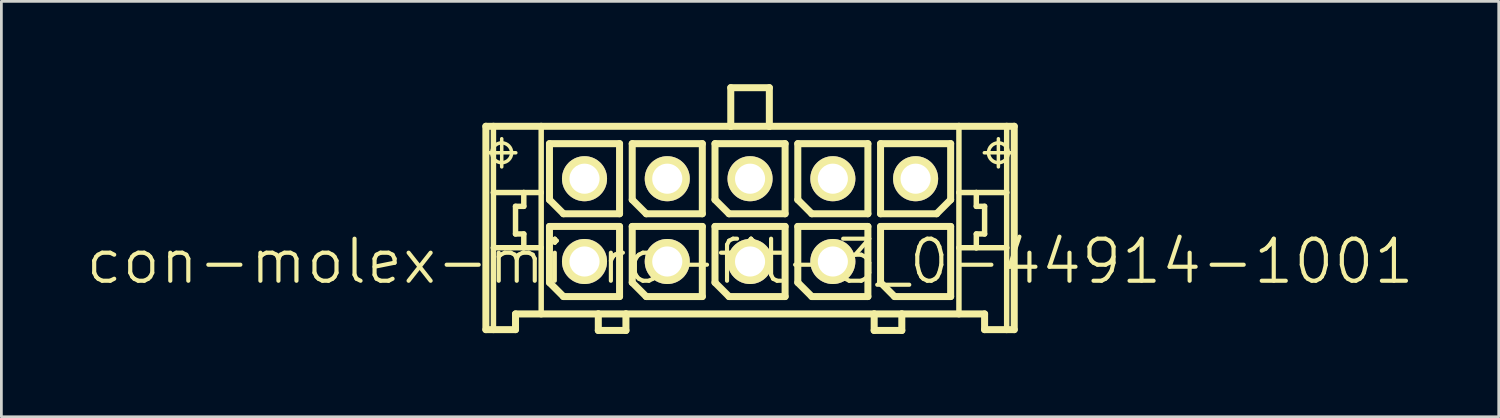
<source format=kicad_pcb>
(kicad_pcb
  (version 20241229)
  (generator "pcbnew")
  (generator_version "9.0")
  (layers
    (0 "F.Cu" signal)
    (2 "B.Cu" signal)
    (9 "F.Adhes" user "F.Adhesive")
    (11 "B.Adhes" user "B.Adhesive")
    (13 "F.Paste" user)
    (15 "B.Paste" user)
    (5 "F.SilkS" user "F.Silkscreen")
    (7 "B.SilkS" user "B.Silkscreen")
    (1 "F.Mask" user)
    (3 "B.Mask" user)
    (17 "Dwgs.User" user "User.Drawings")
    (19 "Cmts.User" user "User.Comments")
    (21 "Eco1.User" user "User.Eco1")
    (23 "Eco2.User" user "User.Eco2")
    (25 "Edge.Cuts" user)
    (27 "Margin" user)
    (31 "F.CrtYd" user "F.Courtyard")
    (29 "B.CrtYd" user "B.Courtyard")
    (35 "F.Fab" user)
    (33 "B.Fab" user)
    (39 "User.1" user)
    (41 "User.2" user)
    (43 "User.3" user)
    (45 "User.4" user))
  (footprint "con-molex-micro-fit-3_0-44914-1001"
    (layer "F.Cu")
    (at 24.13 6.426)
    (property "Reference" "con-molex-micro-fit-3_0-44914-1001" (at 0 0 0) (layer "F.SilkS") (effects (font (size 1.524 1.524) (thickness 0.15))))
    (attr exclude_from_pos_files exclude_from_bom)
    (fp_line (start -9.573 -4.9) (end -9.299 -4.9) (stroke (width 0.254) (type solid)) (layer "F.SilkS"))
    (fp_line (start -9.573 2.469) (end -9.573 -4.9) (stroke (width 0.254) (type solid)) (layer "F.SilkS"))
    (fp_line (start -9.51 -3.94) (end -8.489 -3.94) (stroke (width 0.127) (type solid)) (layer "F.SilkS"))
    (fp_line (start -9.299 -4.9) (end -7.569 -4.9) (stroke (width 0.254) (type solid)) (layer "F.SilkS"))
    (fp_line (start -9.299 -2.499) (end -9.299 -4.9) (stroke (width 0.198) (type solid)) (layer "F.SilkS"))
    (fp_line (start -9.299 -0.498) (end -9.299 -2.499) (stroke (width 0.198) (type solid)) (layer "F.SilkS"))
    (fp_line (start -9.299 2.469) (end -9.573 2.469) (stroke (width 0.254) (type solid)) (layer "F.SilkS"))
    (fp_line (start -9.299 2.469) (end -9.299 -0.498) (stroke (width 0.198) (type solid)) (layer "F.SilkS"))
    (fp_line (start -8.999 -3.429) (end -8.999 -4.448) (stroke (width 0.127) (type solid)) (layer "F.SilkS"))
    (fp_line (start -8.499 -1.999) (end -8.499 -0.998) (stroke (width 0.198) (type solid)) (layer "F.SilkS"))
    (fp_line (start -8.499 -0.998) (end -8.199 -0.998) (stroke (width 0.198) (type solid)) (layer "F.SilkS"))
    (fp_line (start -8.499 1.9) (end -8.499 2.469) (stroke (width 0.254) (type solid)) (layer "F.SilkS"))
    (fp_line (start -8.499 2.469) (end -9.299 2.469) (stroke (width 0.254) (type solid)) (layer "F.SilkS"))
    (fp_line (start -8.199 -2.499) (end -9.299 -2.499) (stroke (width 0.198) (type solid)) (layer "F.SilkS"))
    (fp_line (start -8.199 -2.499) (end -8.199 -1.999) (stroke (width 0.198) (type solid)) (layer "F.SilkS"))
    (fp_line (start -8.199 -1.999) (end -8.499 -1.999) (stroke (width 0.198) (type solid)) (layer "F.SilkS"))
    (fp_line (start -8.199 -0.998) (end -8.199 -0.498) (stroke (width 0.198) (type solid)) (layer "F.SilkS"))
    (fp_line (start -8.199 -0.498) (end -9.299 -0.498) (stroke (width 0.198) (type solid)) (layer "F.SilkS"))
    (fp_line (start -7.569 -4.9) (end -0.699 -4.9) (stroke (width 0.254) (type solid)) (layer "F.SilkS"))
    (fp_line (start -7.569 -2.499) (end -8.199 -2.499) (stroke (width 0.198) (type solid)) (layer "F.SilkS"))
    (fp_line (start -7.569 -2.499) (end -7.569 -4.9) (stroke (width 0.198) (type solid)) (layer "F.SilkS"))
    (fp_line (start -7.569 -0.498) (end -8.199 -0.498) (stroke (width 0.198) (type solid)) (layer "F.SilkS"))
    (fp_line (start -7.569 -0.498) (end -7.569 -2.499) (stroke (width 0.198) (type solid)) (layer "F.SilkS"))
    (fp_line (start -7.569 1.9) (end -8.499 1.9) (stroke (width 0.254) (type solid)) (layer "F.SilkS"))
    (fp_line (start -7.569 1.9) (end -7.569 -0.498) (stroke (width 0.198) (type solid)) (layer "F.SilkS"))
    (fp_line (start -7.269 -4.27) (end -4.729 -4.27) (stroke (width 0.254) (type solid)) (layer "F.SilkS"))
    (fp_line (start -7.269 -2.238) (end -7.269 -4.27) (stroke (width 0.254) (type solid)) (layer "F.SilkS"))
    (fp_line (start -7.269 -1.27) (end -4.729 -1.27) (stroke (width 0.254) (type solid)) (layer "F.SilkS"))
    (fp_line (start -7.269 0.762) (end -7.269 -1.27) (stroke (width 0.254) (type solid)) (layer "F.SilkS"))
    (fp_line (start -6.761 -1.73) (end -7.269 -2.238) (stroke (width 0.254) (type solid)) (layer "F.SilkS"))
    (fp_line (start -6.761 1.27) (end -7.269 0.762) (stroke (width 0.254) (type solid)) (layer "F.SilkS"))
    (fp_line (start -5.499 1.9) (end -7.569 1.9) (stroke (width 0.254) (type solid)) (layer "F.SilkS"))
    (fp_line (start -5.499 1.9) (end -5.499 2.499) (stroke (width 0.254) (type solid)) (layer "F.SilkS"))
    (fp_line (start -5.499 2.499) (end -4.498 2.499) (stroke (width 0.254) (type solid)) (layer "F.SilkS"))
    (fp_line (start -4.729 -4.27) (end -4.729 -1.73) (stroke (width 0.254) (type solid)) (layer "F.SilkS"))
    (fp_line (start -4.729 -1.73) (end -6.761 -1.73) (stroke (width 0.254) (type solid)) (layer "F.SilkS"))
    (fp_line (start -4.729 -1.27) (end -4.729 1.27) (stroke (width 0.254) (type solid)) (layer "F.SilkS"))
    (fp_line (start -4.729 1.27) (end -6.761 1.27) (stroke (width 0.254) (type solid)) (layer "F.SilkS"))
    (fp_line (start -4.498 1.9) (end -5.499 1.9) (stroke (width 0.254) (type solid)) (layer "F.SilkS"))
    (fp_line (start -4.498 2.499) (end -4.498 1.9) (stroke (width 0.254) (type solid)) (layer "F.SilkS"))
    (fp_line (start -4.27 -4.27) (end -1.73 -4.27) (stroke (width 0.254) (type solid)) (layer "F.SilkS"))
    (fp_line (start -4.27 -2.238) (end -4.27 -4.27) (stroke (width 0.254) (type solid)) (layer "F.SilkS"))
    (fp_line (start -4.27 -1.27) (end -1.73 -1.27) (stroke (width 0.254) (type solid)) (layer "F.SilkS"))
    (fp_line (start -4.27 0.762) (end -4.27 -1.27) (stroke (width 0.254) (type solid)) (layer "F.SilkS"))
    (fp_line (start -3.762 -1.73) (end -4.27 -2.238) (stroke (width 0.254) (type solid)) (layer "F.SilkS"))
    (fp_line (start -3.762 1.27) (end -4.27 0.762) (stroke (width 0.254) (type solid)) (layer "F.SilkS"))
    (fp_line (start -1.73 -4.27) (end -1.73 -1.73) (stroke (width 0.254) (type solid)) (layer "F.SilkS"))
    (fp_line (start -1.73 -1.73) (end -3.762 -1.73) (stroke (width 0.254) (type solid)) (layer "F.SilkS"))
    (fp_line (start -1.73 -1.27) (end -1.73 1.27) (stroke (width 0.254) (type solid)) (layer "F.SilkS"))
    (fp_line (start -1.73 1.27) (end -3.762 1.27) (stroke (width 0.254) (type solid)) (layer "F.SilkS"))
    (fp_line (start -1.27 -4.27) (end 1.27 -4.27) (stroke (width 0.254) (type solid)) (layer "F.SilkS"))
    (fp_line (start -1.27 -2.238) (end -1.27 -4.27) (stroke (width 0.254) (type solid)) (layer "F.SilkS"))
    (fp_line (start -1.27 -1.27) (end 1.27 -1.27) (stroke (width 0.254) (type solid)) (layer "F.SilkS"))
    (fp_line (start -1.27 0.762) (end -1.27 -1.27) (stroke (width 0.254) (type solid)) (layer "F.SilkS"))
    (fp_line (start -0.762 -1.73) (end -1.27 -2.238) (stroke (width 0.254) (type solid)) (layer "F.SilkS"))
    (fp_line (start -0.762 1.27) (end -1.27 0.762) (stroke (width 0.254) (type solid)) (layer "F.SilkS"))
    (fp_line (start -0.699 -6.299) (end -0.699 -4.9) (stroke (width 0.254) (type solid)) (layer "F.SilkS"))
    (fp_line (start -0.699 -6.299) (end 0.699 -6.299) (stroke (width 0.254) (type solid)) (layer "F.SilkS"))
    (fp_line (start -0.699 -4.9) (end 0.699 -4.9) (stroke (width 0.254) (type solid)) (layer "F.SilkS"))
    (fp_line (start 0.699 -6.299) (end 0.699 -4.9) (stroke (width 0.254) (type solid)) (layer "F.SilkS"))
    (fp_line (start 0.699 -4.9) (end 7.569 -4.9) (stroke (width 0.254) (type solid)) (layer "F.SilkS"))
    (fp_line (start 1.27 -4.27) (end 1.27 -1.73) (stroke (width 0.254) (type solid)) (layer "F.SilkS"))
    (fp_line (start 1.27 -1.73) (end -0.762 -1.73) (stroke (width 0.254) (type solid)) (layer "F.SilkS"))
    (fp_line (start 1.27 -1.27) (end 1.27 1.27) (stroke (width 0.254) (type solid)) (layer "F.SilkS"))
    (fp_line (start 1.27 1.27) (end -0.762 1.27) (stroke (width 0.254) (type solid)) (layer "F.SilkS"))
    (fp_line (start 1.73 -4.27) (end 4.27 -4.27) (stroke (width 0.254) (type solid)) (layer "F.SilkS"))
    (fp_line (start 1.73 -2.238) (end 1.73 -4.27) (stroke (width 0.254) (type solid)) (layer "F.SilkS"))
    (fp_line (start 1.73 -1.27) (end 4.27 -1.27) (stroke (width 0.254) (type solid)) (layer "F.SilkS"))
    (fp_line (start 1.73 0.762) (end 1.73 -1.27) (stroke (width 0.254) (type solid)) (layer "F.SilkS"))
    (fp_line (start 2.238 -1.73) (end 1.73 -2.238) (stroke (width 0.254) (type solid)) (layer "F.SilkS"))
    (fp_line (start 2.238 1.27) (end 1.73 0.762) (stroke (width 0.254) (type solid)) (layer "F.SilkS"))
    (fp_line (start 4.27 -4.27) (end 4.27 -1.73) (stroke (width 0.254) (type solid)) (layer "F.SilkS"))
    (fp_line (start 4.27 -1.73) (end 2.238 -1.73) (stroke (width 0.254) (type solid)) (layer "F.SilkS"))
    (fp_line (start 4.27 -1.27) (end 4.27 1.27) (stroke (width 0.254) (type solid)) (layer "F.SilkS"))
    (fp_line (start 4.27 1.27) (end 2.238 1.27) (stroke (width 0.254) (type solid)) (layer "F.SilkS"))
    (fp_line (start 4.498 1.9) (end -4.498 1.9) (stroke (width 0.254) (type solid)) (layer "F.SilkS"))
    (fp_line (start 4.498 1.9) (end 4.498 2.499) (stroke (width 0.254) (type solid)) (layer "F.SilkS"))
    (fp_line (start 4.498 2.499) (end 5.499 2.499) (stroke (width 0.254) (type solid)) (layer "F.SilkS"))
    (fp_line (start 4.729 -4.27) (end 4.729 -1.73) (stroke (width 0.254) (type solid)) (layer "F.SilkS"))
    (fp_line (start 4.729 -1.73) (end 6.761 -1.73) (stroke (width 0.254) (type solid)) (layer "F.SilkS"))
    (fp_line (start 4.729 -1.27) (end 7.269 -1.27) (stroke (width 0.254) (type solid)) (layer "F.SilkS"))
    (fp_line (start 4.729 0.762) (end 4.729 -1.27) (stroke (width 0.254) (type solid)) (layer "F.SilkS"))
    (fp_line (start 5.237 1.27) (end 4.729 0.762) (stroke (width 0.254) (type solid)) (layer "F.SilkS"))
    (fp_line (start 5.499 1.9) (end 4.498 1.9) (stroke (width 0.254) (type solid)) (layer "F.SilkS"))
    (fp_line (start 5.499 2.499) (end 5.499 1.9) (stroke (width 0.254) (type solid)) (layer "F.SilkS"))
    (fp_line (start 6.761 -1.73) (end 7.269 -2.238) (stroke (width 0.254) (type solid)) (layer "F.SilkS"))
    (fp_line (start 7.269 -4.27) (end 4.729 -4.27) (stroke (width 0.254) (type solid)) (layer "F.SilkS"))
    (fp_line (start 7.269 -2.238) (end 7.269 -4.27) (stroke (width 0.254) (type solid)) (layer "F.SilkS"))
    (fp_line (start 7.269 -1.27) (end 7.269 1.27) (stroke (width 0.254) (type solid)) (layer "F.SilkS"))
    (fp_line (start 7.269 1.27) (end 5.237 1.27) (stroke (width 0.254) (type solid)) (layer "F.SilkS"))
    (fp_line (start 7.569 -4.9) (end 7.569 -2.499) (stroke (width 0.198) (type solid)) (layer "F.SilkS"))
    (fp_line (start 7.569 -4.9) (end 9.299 -4.9) (stroke (width 0.254) (type solid)) (layer "F.SilkS"))
    (fp_line (start 7.569 -2.499) (end 7.569 -0.498) (stroke (width 0.198) (type solid)) (layer "F.SilkS"))
    (fp_line (start 7.569 -2.499) (end 8.199 -2.499) (stroke (width 0.198) (type solid)) (layer "F.SilkS"))
    (fp_line (start 7.569 -0.498) (end 7.569 1.9) (stroke (width 0.198) (type solid)) (layer "F.SilkS"))
    (fp_line (start 7.569 -0.498) (end 8.199 -0.498) (stroke (width 0.198) (type solid)) (layer "F.SilkS"))
    (fp_line (start 7.569 1.9) (end 5.499 1.9) (stroke (width 0.254) (type solid)) (layer "F.SilkS"))
    (fp_line (start 8.199 -2.499) (end 8.199 -1.999) (stroke (width 0.198) (type solid)) (layer "F.SilkS"))
    (fp_line (start 8.199 -2.499) (end 9.299 -2.499) (stroke (width 0.198) (type solid)) (layer "F.SilkS"))
    (fp_line (start 8.199 -1.999) (end 8.499 -1.999) (stroke (width 0.198) (type solid)) (layer "F.SilkS"))
    (fp_line (start 8.199 -0.998) (end 8.199 -0.498) (stroke (width 0.198) (type solid)) (layer "F.SilkS"))
    (fp_line (start 8.199 -0.498) (end 9.299 -0.498) (stroke (width 0.198) (type solid)) (layer "F.SilkS"))
    (fp_line (start 8.489 -3.94) (end 9.51 -3.94) (stroke (width 0.127) (type solid)) (layer "F.SilkS"))
    (fp_line (start 8.499 -1.999) (end 8.499 -0.998) (stroke (width 0.198) (type solid)) (layer "F.SilkS"))
    (fp_line (start 8.499 -0.998) (end 8.199 -0.998) (stroke (width 0.198) (type solid)) (layer "F.SilkS"))
    (fp_line (start 8.499 1.9) (end 7.569 1.9) (stroke (width 0.254) (type solid)) (layer "F.SilkS"))
    (fp_line (start 8.499 2.469) (end 8.499 1.9) (stroke (width 0.254) (type solid)) (layer "F.SilkS"))
    (fp_line (start 8.499 2.469) (end 9.299 2.469) (stroke (width 0.254) (type solid)) (layer "F.SilkS"))
    (fp_line (start 8.999 -3.429) (end 8.999 -4.448) (stroke (width 0.127) (type solid)) (layer "F.SilkS"))
    (fp_line (start 9.299 -4.9) (end 9.573 -4.9) (stroke (width 0.254) (type solid)) (layer "F.SilkS"))
    (fp_line (start 9.299 -2.499) (end 9.299 -4.9) (stroke (width 0.198) (type solid)) (layer "F.SilkS"))
    (fp_line (start 9.299 -0.498) (end 9.299 -2.499) (stroke (width 0.198) (type solid)) (layer "F.SilkS"))
    (fp_line (start 9.299 2.469) (end 9.299 -0.498) (stroke (width 0.198) (type solid)) (layer "F.SilkS"))
    (fp_line (start 9.299 2.469) (end 9.573 2.469) (stroke (width 0.254) (type solid)) (layer "F.SilkS"))
    (fp_line (start 9.573 -4.9) (end 9.573 2.469) (stroke (width 0.254) (type solid)) (layer "F.SilkS"))
    (fp_circle (center -8.999 -3.94) (end -9.253 -4.194) (stroke (width 0.127) (type solid)) (fill no) (layer "F.SilkS"))
    (fp_circle (center 8.999 -3.94) (end 9.253 -4.194) (stroke (width 0.127) (type solid)) (fill no) (layer "F.SilkS"))
    (pad "P$1" thru_hole rect (at 5.999 0) (size 0.001 0.001) (drill 1.09) (layers "*.Cu" "F.Mask" "F.SilkS" "F.Paste"))
    (pad "P$2" thru_hole circle (at 3 0) (size 1.633 1.633) (drill 1.09) (layers "*.Cu" "F.Mask" "F.SilkS" "F.Paste"))
    (pad "P$3" thru_hole circle (at 0 0) (size 1.633 1.633) (drill 1.09) (layers "*.Cu" "F.Mask" "F.SilkS" "F.Paste"))
    (pad "P$4" thru_hole circle (at -3 0) (size 1.633 1.633) (drill 1.09) (layers "*.Cu" "F.Mask" "F.SilkS" "F.Paste"))
    (pad "P$5" thru_hole circle (at -5.999 0) (size 1.633 1.633) (drill 1.09) (layers "*.Cu" "F.Mask" "F.SilkS" "F.Paste"))
    (pad "P$6" thru_hole circle (at 5.999 -3) (size 1.633 1.633) (drill 1.09) (layers "*.Cu" "F.Mask" "F.SilkS" "F.Paste"))
    (pad "P$7" thru_hole circle (at 3 -3) (size 1.633 1.633) (drill 1.09) (layers "*.Cu" "F.Mask" "F.SilkS" "F.Paste"))
    (pad "P$8" thru_hole circle (at 0 -3) (size 1.633 1.633) (drill 1.09) (layers "*.Cu" "F.Mask" "F.SilkS" "F.Paste"))
    (pad "P$9" thru_hole circle (at -3 -3) (size 1.633 1.633) (drill 1.09) (layers "*.Cu" "F.Mask" "F.SilkS" "F.Paste"))
    (pad "P$10" thru_hole circle (at -5.999 -3) (size 1.633 1.633) (drill 1.09) (layers "*.Cu" "F.Mask" "F.SilkS" "F.Paste")))
  (gr_rect
    (start -3 -3)
    (end 51.26 12.053)
    (stroke (width 0.1) (type default))
    (fill no)
    (layer "Edge.Cuts")))
</source>
